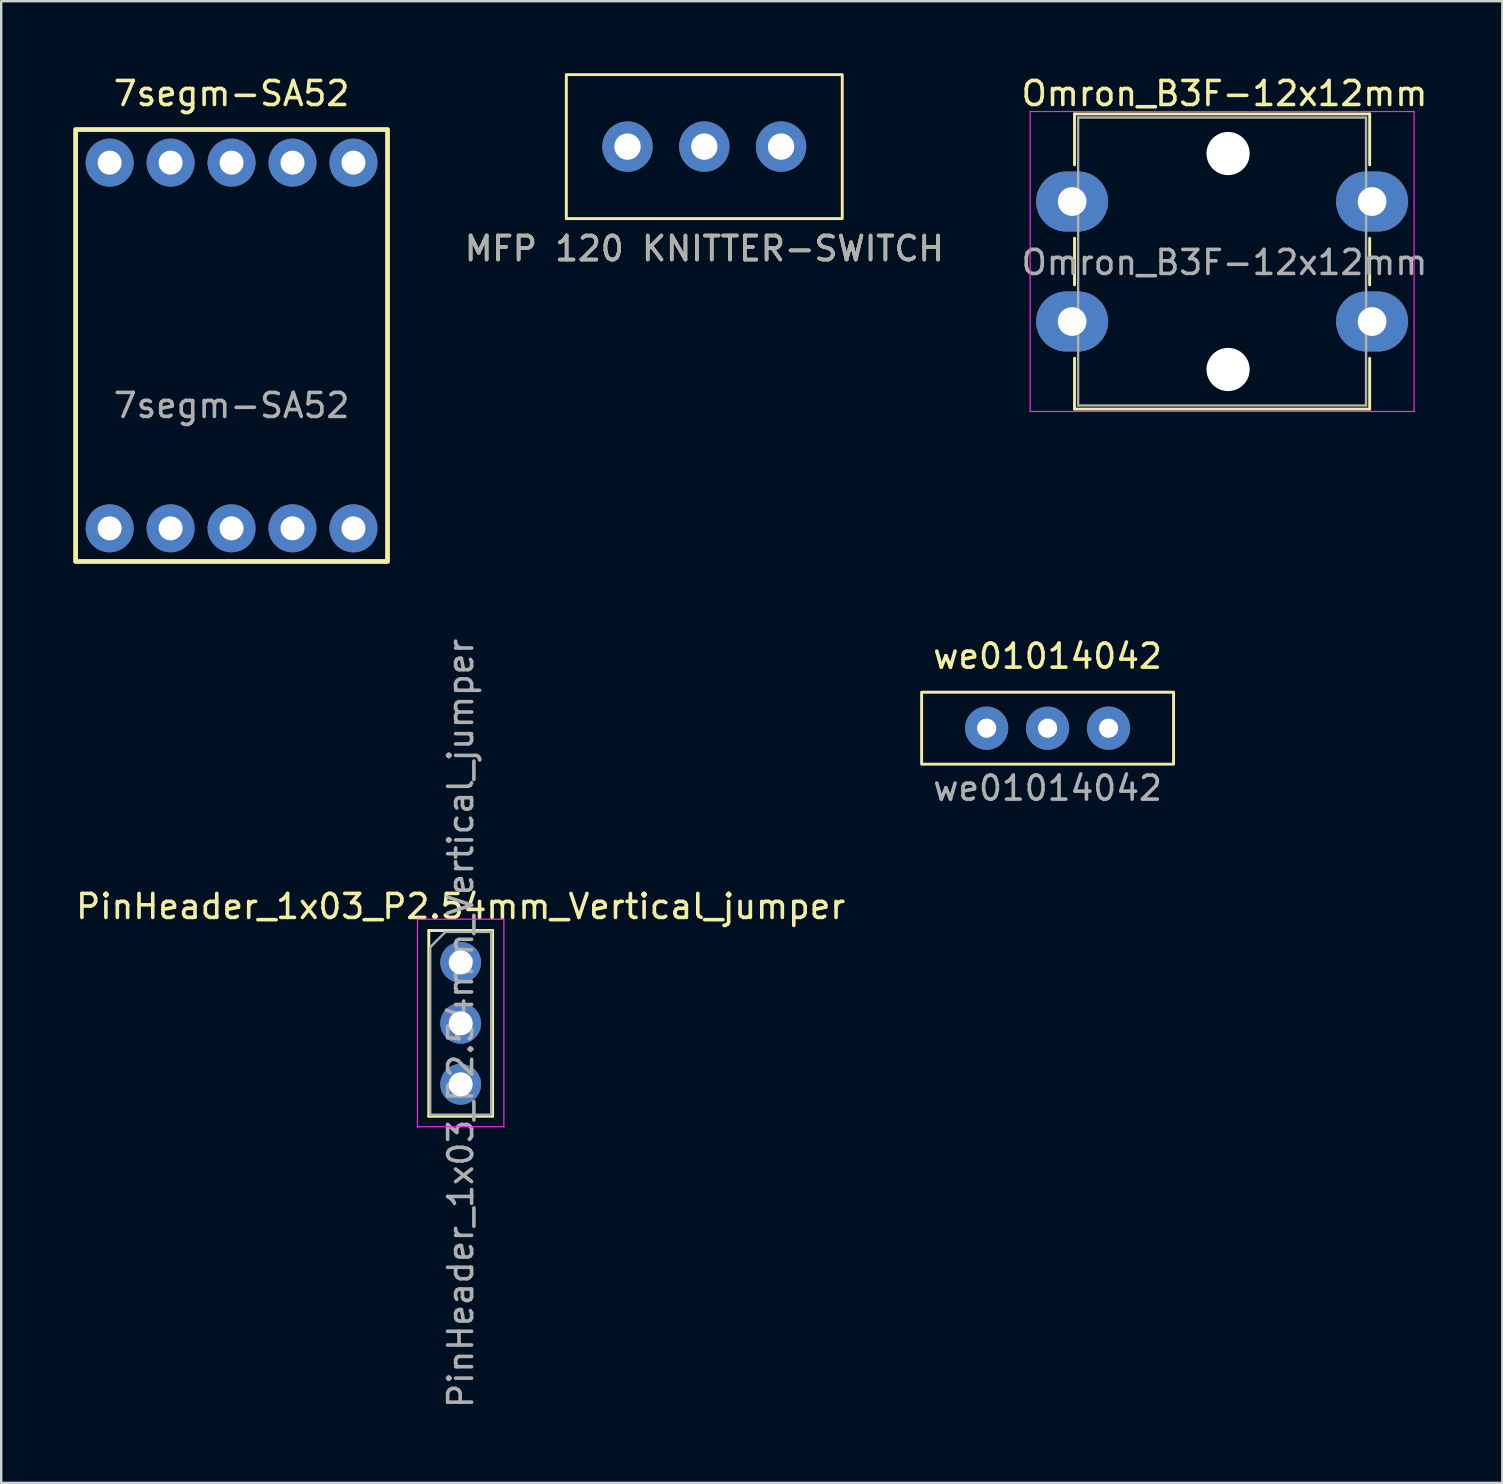
<source format=kicad_pcb>
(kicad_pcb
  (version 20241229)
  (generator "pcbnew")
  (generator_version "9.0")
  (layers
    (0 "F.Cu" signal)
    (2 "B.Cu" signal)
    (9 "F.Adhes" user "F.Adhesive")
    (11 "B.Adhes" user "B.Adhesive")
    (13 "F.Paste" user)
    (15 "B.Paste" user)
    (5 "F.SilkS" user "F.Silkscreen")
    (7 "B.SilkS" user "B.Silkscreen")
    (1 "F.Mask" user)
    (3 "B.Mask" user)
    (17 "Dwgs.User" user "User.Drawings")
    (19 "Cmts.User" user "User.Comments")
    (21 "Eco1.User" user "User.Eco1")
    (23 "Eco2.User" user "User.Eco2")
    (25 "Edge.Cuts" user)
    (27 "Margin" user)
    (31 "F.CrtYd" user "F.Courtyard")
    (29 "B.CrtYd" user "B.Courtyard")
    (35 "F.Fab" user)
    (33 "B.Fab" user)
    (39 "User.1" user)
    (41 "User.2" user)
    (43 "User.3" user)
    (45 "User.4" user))
  (footprint "MFP 120 KNITTER-SWITCH"
    (layer "F.Cu")
    (at 26.301 3.06)
    (property "Reference" "MFP 120 KNITTER-SWITCH" (at 0 4.25 0) (unlocked yes) (layer "F.SilkS") (effects (font (size 1 1) (thickness 0.15))))
    (attr through_hole)
    (fp_rect (start -5.75 -3) (end 5.75 3) (stroke (width 0.12) (type solid)) (fill no) (layer "F.SilkS"))
    (fp_text user "${REFERENCE}" (at 0 4.25 0) (unlocked yes) (layer "F.Fab") (effects (font (size 1 1) (thickness 0.15))))
    (pad "1" thru_hole circle (at -3.2 0) (size 2.1 2.1) (drill 1.1) (layers "*.Cu" "*.Mask"))
    (pad "2" thru_hole circle (at 0 0) (size 2.1 2.1) (drill 1.1) (layers "*.Cu" "*.Mask"))
    (pad "3" thru_hole circle (at 3.2 0) (size 2.1 2.1) (drill 1.1) (layers "*.Cu" "*.Mask")))
  (footprint "PinHeader_1x03_P2.54mm_Vertical_jumper"
    (layer "F.Cu")
    (at 16.149 37.057)
    (property "Reference" "PinHeader_1x03_P2.54mm_Vertical_jumper" (at 0 -2.33 0) (layer "F.SilkS") (effects (font (size 1 1) (thickness 0.15))))
    (attr through_hole)
    (fp_line (start -1.33 -1.33) (end -1.33 6.41) (stroke (width 0.12) (type solid)) (layer "F.SilkS"))
    (fp_line (start -1.33 -1.33) (end 1.33 -1.33) (stroke (width 0.12) (type solid)) (layer "F.SilkS"))
    (fp_line (start -1.33 6.41) (end 1.33 6.41) (stroke (width 0.12) (type solid)) (layer "F.SilkS"))
    (fp_line (start 1.33 -1.33) (end 1.33 6.41) (stroke (width 0.12) (type solid)) (layer "F.SilkS"))
    (fp_line (start -1.8 -1.8) (end -1.8 6.85) (stroke (width 0.05) (type solid)) (layer "F.CrtYd"))
    (fp_line (start -1.8 6.85) (end 1.8 6.85) (stroke (width 0.05) (type solid)) (layer "F.CrtYd"))
    (fp_line (start 1.8 -1.8) (end -1.8 -1.8) (stroke (width 0.05) (type solid)) (layer "F.CrtYd"))
    (fp_line (start 1.8 6.85) (end 1.8 -1.8) (stroke (width 0.05) (type solid)) (layer "F.CrtYd"))
    (fp_line (start -1.27 -0.635) (end -0.635 -1.27) (stroke (width 0.1) (type solid)) (layer "F.Fab"))
    (fp_line (start -1.27 6.35) (end -1.27 -0.635) (stroke (width 0.1) (type solid)) (layer "F.Fab"))
    (fp_line (start -0.635 -1.27) (end 1.27 -1.27) (stroke (width 0.1) (type solid)) (layer "F.Fab"))
    (fp_line (start 1.27 -1.27) (end 1.27 6.35) (stroke (width 0.1) (type solid)) (layer "F.Fab"))
    (fp_line (start 1.27 6.35) (end -1.27 6.35) (stroke (width 0.1) (type solid)) (layer "F.Fab"))
    (fp_text user "${REFERENCE}" (at 0 2.54 90) (layer "F.Fab") (effects (font (size 1 1) (thickness 0.15))))
    (pad "1" thru_hole circle (at 0 0) (size 1.7 1.7) (drill 1) (layers "*.Cu" "*.Mask"))
    (pad "2" thru_hole oval (at 0 2.54) (size 1.7 1.7) (drill 1) (layers "*.Cu" "*.Mask"))
    (pad "3" thru_hole oval (at 0 5.08) (size 1.7 1.7) (drill 1) (layers "*.Cu" "*.Mask")))
  (footprint "Omron_B3F-12x12mm"
    (layer "F.Cu")
    (at 41.63 5.348)
    (property "Reference" "Omron_B3F-12x12mm" (at 6.35 -4.5 0) (layer "F.SilkS") (effects (font (size 1 1) (thickness 0.15))))
    (attr through_hole)
    (fp_line (start 0.1 -3.65) (end 12.4 -3.65) (stroke (width 0.12) (type solid)) (layer "F.SilkS"))
    (fp_line (start 0.1 -1.53) (end 0.1 -3.65) (stroke (width 0.12) (type solid)) (layer "F.SilkS"))
    (fp_line (start 0.1 3.47) (end 0.1 1.53) (stroke (width 0.12) (type solid)) (layer "F.SilkS"))
    (fp_line (start 0.1 8.65) (end 0.1 6.53) (stroke (width 0.12) (type solid)) (layer "F.SilkS"))
    (fp_line (start 12.4 -3.65) (end 12.4 -1.53) (stroke (width 0.12) (type solid)) (layer "F.SilkS"))
    (fp_line (start 12.4 1.53) (end 12.4 3.47) (stroke (width 0.12) (type solid)) (layer "F.SilkS"))
    (fp_line (start 12.4 6.53) (end 12.4 8.65) (stroke (width 0.12) (type solid)) (layer "F.SilkS"))
    (fp_line (start 12.4 8.65) (end 0.1 8.65) (stroke (width 0.12) (type solid)) (layer "F.SilkS"))
    (fp_line (start -1.75 -3.75) (end -1.75 8.75) (stroke (width 0.05) (type solid)) (layer "F.CrtYd"))
    (fp_line (start -1.75 8.75) (end 14.25 8.75) (stroke (width 0.05) (type solid)) (layer "F.CrtYd"))
    (fp_line (start 14.25 -3.75) (end -1.75 -3.75) (stroke (width 0.05) (type solid)) (layer "F.CrtYd"))
    (fp_line (start 14.25 8.75) (end 14.25 -3.75) (stroke (width 0.05) (type solid)) (layer "F.CrtYd"))
    (fp_line (start 0.25 -3.5) (end 0.25 8.5) (stroke (width 0.1) (type solid)) (layer "F.Fab"))
    (fp_line (start 0.25 8.5) (end 12.25 8.5) (stroke (width 0.1) (type solid)) (layer "F.Fab"))
    (fp_line (start 12.25 -3.5) (end 0.25 -3.5) (stroke (width 0.1) (type solid)) (layer "F.Fab"))
    (fp_line (start 12.25 8.5) (end 12.25 -3.5) (stroke (width 0.1) (type solid)) (layer "F.Fab"))
    (fp_text user "${REFERENCE}" (at 6.35 2.54 0) (layer "F.Fab") (effects (font (size 1 1) (thickness 0.15))))
    (pad "" np_thru_hole circle (at 6.5 -2) (size 1.8 1.8) (drill 1.8) (layers "*.Cu" "*.Mask"))
    (pad "" np_thru_hole circle (at 6.5 7) (size 1.8 1.8) (drill 1.8) (layers "*.Cu" "*.Mask"))
    (pad "1" thru_hole oval (at 0 0) (size 3 2.5) (drill 1.2) (layers "*.Cu" "*.Mask"))
    (pad "1" thru_hole oval (at 12.5 0) (size 3 2.5) (drill 1.2) (layers "*.Cu" "*.Mask"))
    (pad "2" thru_hole oval (at 0 5) (size 3 2.5) (drill 1.2) (layers "*.Cu" "*.Mask"))
    (pad "2" thru_hole oval (at 12.5 5) (size 3 2.5) (drill 1.2) (layers "*.Cu" "*.Mask")))
  (footprint "7segm-SA52"
    (layer "F.Cu")
    (at 6.6 11.348)
    (property "Reference" "7segm-SA52" (at 0 -10.5 0) (unlocked yes) (layer "F.SilkS") (effects (font (size 1 1) (thickness 0.15))))
    (attr through_hole)
    (fp_rect (start -6.5 -9) (end 6.5 9) (stroke (width 0.2) (type solid)) (fill no) (layer "F.SilkS"))
    (fp_text user "${REFERENCE}" (at 0 2.5 0) (unlocked yes) (layer "F.Fab") (effects (font (size 1 1) (thickness 0.15))))
    (pad "1" thru_hole circle (at -5.08 7.62) (size 2 2) (drill 1) (layers "*.Cu" "*.Mask"))
    (pad "2" thru_hole circle (at -2.54 7.62) (size 2 2) (drill 1) (layers "*.Cu" "*.Mask"))
    (pad "3" thru_hole circle (at 0 7.62) (size 2 2) (drill 1) (layers "*.Cu" "*.Mask"))
    (pad "4" thru_hole circle (at 2.54 7.62) (size 2 2) (drill 1) (layers "*.Cu" "*.Mask"))
    (pad "5" thru_hole circle (at 5.08 7.62) (size 2 2) (drill 1) (layers "*.Cu" "*.Mask"))
    (pad "6" thru_hole circle (at 5.08 -7.62) (size 2 2) (drill 1) (layers "*.Cu" "*.Mask"))
    (pad "7" thru_hole circle (at 2.54 -7.62) (size 2 2) (drill 1) (layers "*.Cu" "*.Mask"))
    (pad "8" thru_hole circle (at 0 -7.62) (size 2 2) (drill 1) (layers "*.Cu" "*.Mask"))
    (pad "9" thru_hole circle (at -2.54 -7.62) (size 2 2) (drill 1) (layers "*.Cu" "*.Mask"))
    (pad "10" thru_hole circle (at -5.08 -7.62) (size 2 2) (drill 1) (layers "*.Cu" "*.Mask")))
  (footprint "we01014042"
    (layer "F.Cu")
    (at 40.608 27.297)
    (property "Reference" "we01014042" (at 0 -3 0) (unlocked yes) (layer "F.SilkS") (effects (font (size 1 1) (thickness 0.15))))
    (attr through_hole)
    (fp_rect (start -5.25 -1.5) (end 5.25 1.5) (stroke (width 0.12) (type solid)) (fill no) (layer "F.SilkS"))
    (fp_text user "${REFERENCE}" (at 0 2.5 0) (unlocked yes) (layer "F.Fab") (effects (font (size 1 1) (thickness 0.15))))
    (pad "1" thru_hole circle (at -2.54 0) (size 1.8 1.8) (drill 0.8) (layers "*.Cu" "*.Mask"))
    (pad "2" thru_hole circle (at 0 0) (size 1.8 1.8) (drill 0.8) (layers "*.Cu" "*.Mask"))
    (pad "3" thru_hole circle (at 2.54 0) (size 1.8 1.8) (drill 0.8) (layers "*.Cu" "*.Mask")))
  (gr_rect
    (start -3 -3)
    (end 59.557 58.746)
    (stroke (width 0.1) (type default))
    (fill no)
    (layer "Edge.Cuts")))
</source>
